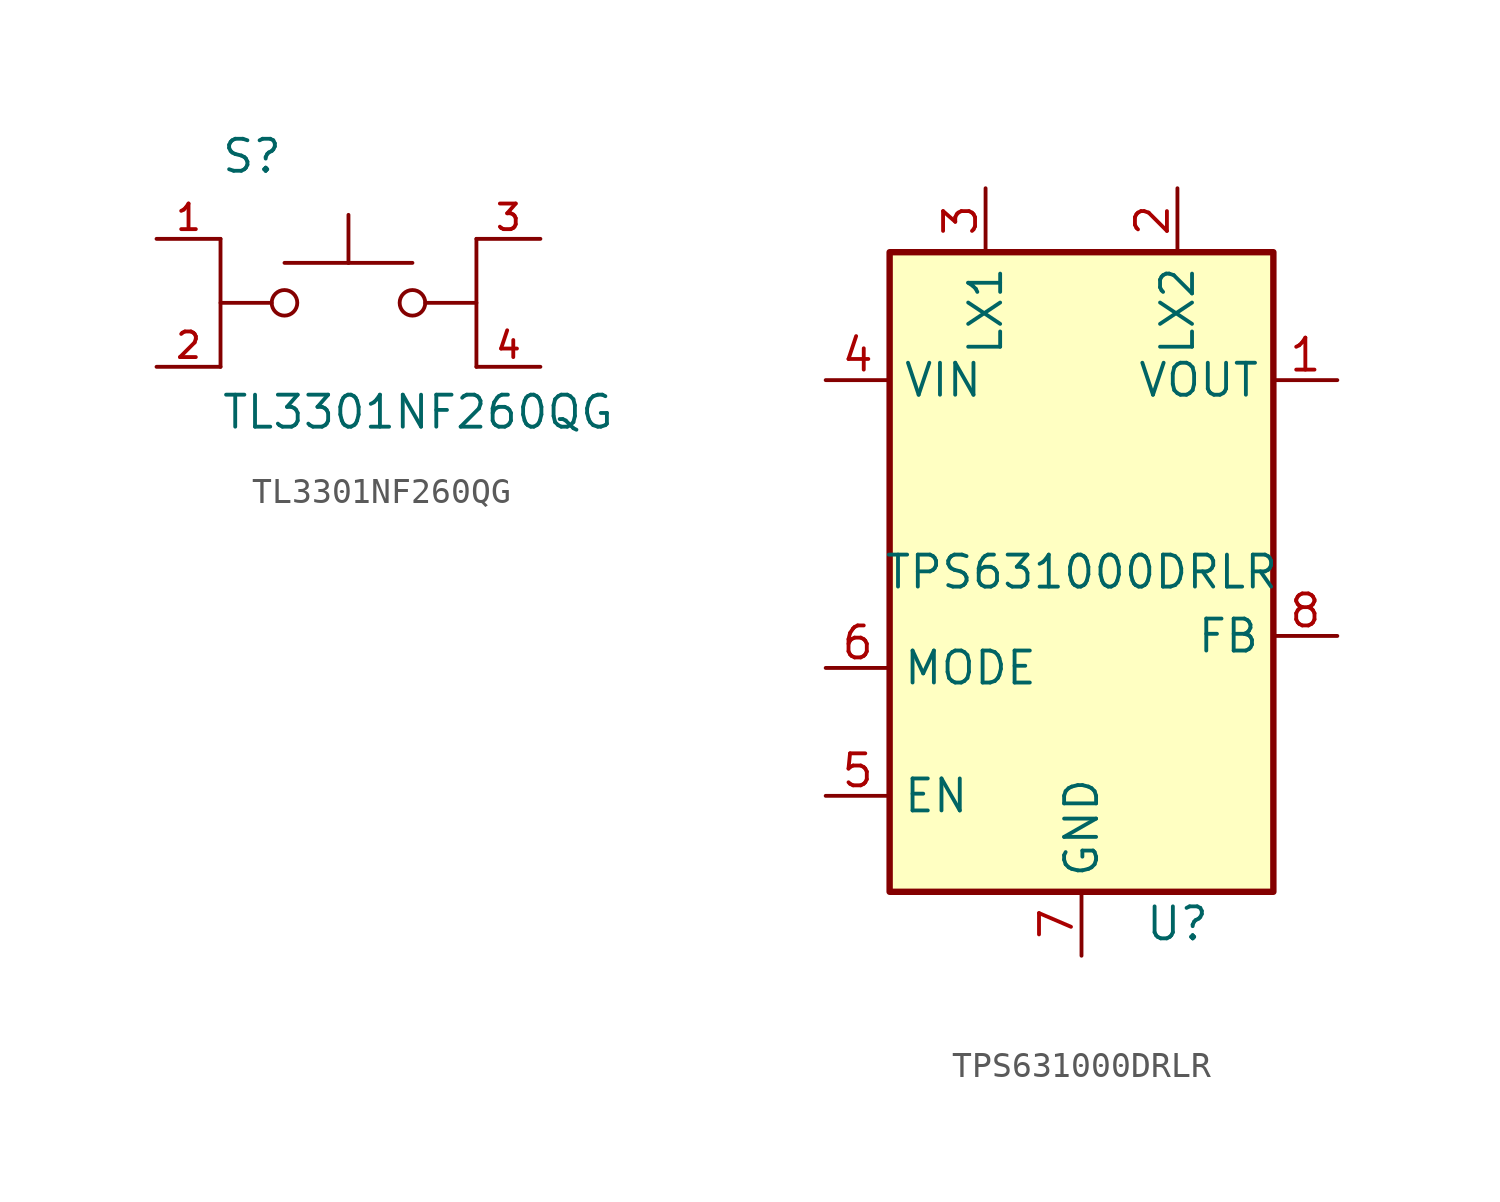
<source format=kicad_sym>
(kicad_symbol_lib
  (version 20231120)
  (generator "kicad_symbol_editor")
  (generator_version "8.0")
  (symbol "TL3301NF260QG"
    (pin_names
      (offset 1.016))
    (property "Reference" "S"
      (at -5.08 5.08 0)
      (effects (font (size 1.27 1.27)) (justify left bottom)))
    (property "Value" "TL3301NF260QG"
      (at -5.08 -5.08 0)
      (effects (font (size 1.27 1.27)) (justify left bottom)))
    (symbol "TL3301NF260QG_0_0"
      (circle (center -2.54 0) (radius 0.508) (stroke (width 0.152) (type default)) (fill (type none)))
      (polyline (pts (xy -5.08 0) (xy -3.048 0)) (stroke (width 0.152) (type default)) (fill (type none)))
      (polyline (pts (xy -5.08 2.54) (xy -5.08 -2.54)) (stroke (width 0.152) (type default)) (fill (type none)))
      (polyline (pts (xy -2.54 1.587) (xy 0 1.587)) (stroke (width 0.152) (type default)) (fill (type none)))
      (polyline (pts (xy 0 1.587) (xy 0 3.493)) (stroke (width 0.152) (type default)) (fill (type none)))
      (polyline (pts (xy 0 1.587) (xy 2.54 1.587)) (stroke (width 0.152) (type default)) (fill (type none)))
      (polyline (pts (xy 5.08 0) (xy 3.048 0)) (stroke (width 0.152) (type default)) (fill (type none)))
      (polyline (pts (xy 5.08 2.54) (xy 5.08 -2.54)) (stroke (width 0.152) (type default)) (fill (type none)))
      (circle (center 2.54 0) (radius 0.508) (stroke (width 0.152) (type default)) (fill (type none)))
      (pin passive line (at -7.62 2.54 0) (length 2.54) (name "~" (effects (font (size 1.016 1.016)))) (number "1" (effects (font (size 1.016 1.016)))))
      (pin passive line (at -7.62 -2.54 0) (length 2.54) (name "~" (effects (font (size 1.016 1.016)))) (number "2" (effects (font (size 1.016 1.016)))))
      (pin passive line (at 7.62 2.54 180) (length 2.54) (name "~" (effects (font (size 1.016 1.016)))) (number "3" (effects (font (size 1.016 1.016)))))
      (pin passive line (at 7.62 -2.54 180) (length 2.54) (name "~" (effects (font (size 1.016 1.016)))) (number "4" (effects (font (size 1.016 1.016)))))))
  (symbol "TPS631000DRLR"
    (property "Reference" "U"
      (at 3.81 -13.97 0)
      (effects (font (size 1.27 1.27))))
    (property "Value" "TPS631000DRLR"
      (at 0 0 0)
      (effects (font (size 1.27 1.27))))
    (symbol "TPS631000DRLR_0_1"
      (rectangle (start -7.62 12.7) (end 7.62 -12.7) (stroke (width 0.254) (type default)) (fill (type background))))
    (symbol "TPS631000DRLR_1_1"
      (pin power_out line (at 10.16 7.62 180) (length 2.54) (name "VOUT" (effects (font (size 1.27 1.27)))) (number "1" (effects (font (size 1.27 1.27)))))
      (pin power_in line (at 3.81 15.24 270) (length 2.54) (name "LX2" (effects (font (size 1.27 1.27)))) (number "2" (effects (font (size 1.27 1.27)))))
      (pin power_in line (at -3.81 15.24 270) (length 2.54) (name "LX1" (effects (font (size 1.27 1.27)))) (number "3" (effects (font (size 1.27 1.27)))))
      (pin power_in line (at -10.16 7.62 0) (length 2.54) (name "VIN" (effects (font (size 1.27 1.27)))) (number "4" (effects (font (size 1.27 1.27)))))
      (pin input line (at -10.16 -8.89 0) (length 2.54) (name "EN" (effects (font (size 1.27 1.27)))) (number "5" (effects (font (size 1.27 1.27)))))
      (pin input line (at -10.16 -3.81 0) (length 2.54) (name "MODE" (effects (font (size 1.27 1.27)))) (number "6" (effects (font (size 1.27 1.27)))))
      (pin power_in line (at 0 -15.24 90) (length 2.54) (name "GND" (effects (font (size 1.27 1.27)))) (number "7" (effects (font (size 1.27 1.27)))))
      (pin power_in line (at 10.16 -2.54 180) (length 2.54) (name "FB" (effects (font (size 1.27 1.27)))) (number "8" (effects (font (size 1.27 1.27))))))))
</source>
